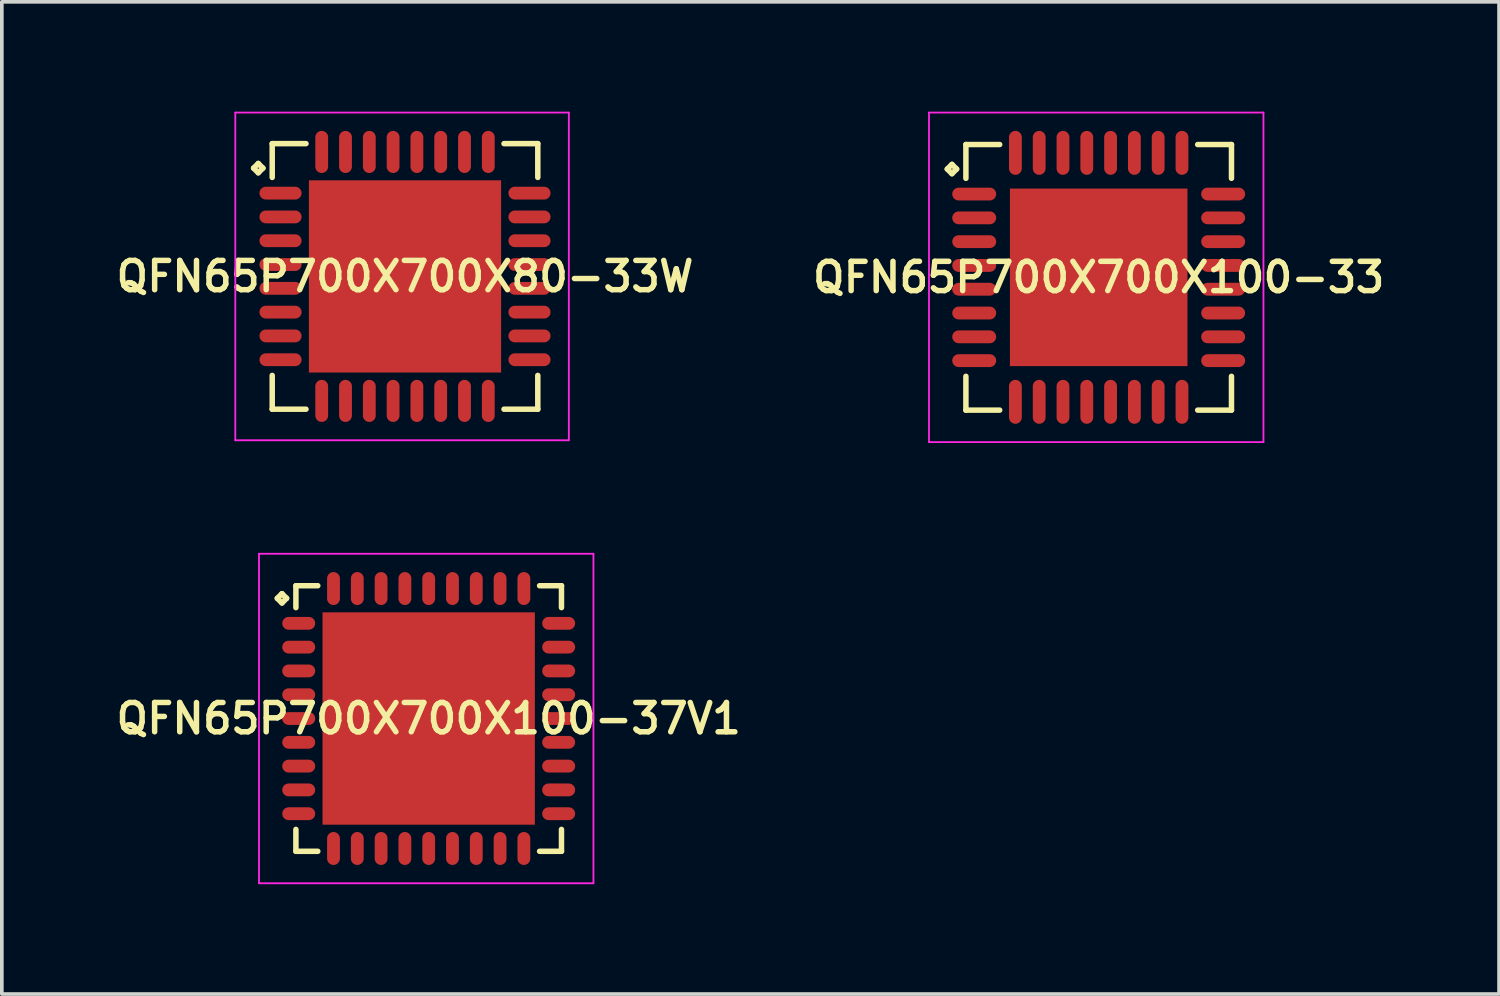
<source format=kicad_pcb>
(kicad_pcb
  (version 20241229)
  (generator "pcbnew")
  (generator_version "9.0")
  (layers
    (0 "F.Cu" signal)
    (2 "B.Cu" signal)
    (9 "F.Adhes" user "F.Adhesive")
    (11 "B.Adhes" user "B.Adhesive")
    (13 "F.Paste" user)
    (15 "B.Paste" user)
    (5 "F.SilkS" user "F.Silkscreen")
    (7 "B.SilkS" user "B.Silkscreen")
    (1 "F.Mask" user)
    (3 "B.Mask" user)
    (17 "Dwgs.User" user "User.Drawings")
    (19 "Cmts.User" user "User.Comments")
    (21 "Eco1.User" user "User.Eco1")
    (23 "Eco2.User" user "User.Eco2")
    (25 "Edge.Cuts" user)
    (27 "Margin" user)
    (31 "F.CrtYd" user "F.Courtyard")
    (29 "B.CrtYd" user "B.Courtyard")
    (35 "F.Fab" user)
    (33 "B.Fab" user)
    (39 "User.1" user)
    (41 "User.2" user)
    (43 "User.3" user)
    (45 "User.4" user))
  (footprint "QFN65P700X700X100-33"
    (layer "F.Cu")
    (at 26.959 4.525)
    (property "Reference" "QFN65P700X700X100-33" (at 0 0 0) (layer "F.SilkS") (effects (font (size 0.8 0.8) (thickness 0.15))))
    (attr smd)
    (fp_line (start -4.135 -2.958) (end -4.008 -3.085) (stroke (width 0.15) (type solid)) (layer "F.SilkS"))
    (fp_line (start -4.008 -3.085) (end -3.881 -2.958) (stroke (width 0.15) (type solid)) (layer "F.SilkS"))
    (fp_line (start -4.008 -2.831) (end -4.135 -2.958) (stroke (width 0.15) (type solid)) (layer "F.SilkS"))
    (fp_line (start -3.881 -2.958) (end -4.008 -2.831) (stroke (width 0.15) (type solid)) (layer "F.SilkS"))
    (fp_line (start -3.627 -3.627) (end -2.704 -3.627) (stroke (width 0.15) (type solid)) (layer "F.SilkS"))
    (fp_line (start -3.627 -2.704) (end -3.627 -3.627) (stroke (width 0.15) (type solid)) (layer "F.SilkS"))
    (fp_line (start -3.627 2.704) (end -3.627 3.627) (stroke (width 0.15) (type solid)) (layer "F.SilkS"))
    (fp_line (start -3.627 3.627) (end -2.704 3.627) (stroke (width 0.15) (type solid)) (layer "F.SilkS"))
    (fp_line (start 2.704 -3.627) (end 3.627 -3.627) (stroke (width 0.15) (type solid)) (layer "F.SilkS"))
    (fp_line (start 2.704 3.627) (end 3.627 3.627) (stroke (width 0.15) (type solid)) (layer "F.SilkS"))
    (fp_line (start 3.627 -3.627) (end 3.627 -2.704) (stroke (width 0.15) (type solid)) (layer "F.SilkS"))
    (fp_line (start 3.627 3.627) (end 3.627 2.704) (stroke (width 0.15) (type solid)) (layer "F.SilkS"))
    (fp_line (start -4.635 -4.5) (end 4.5 -4.5) (stroke (width 0.05) (type solid)) (layer "F.CrtYd"))
    (fp_line (start -4.635 4.5) (end -4.635 -4.5) (stroke (width 0.05) (type solid)) (layer "F.CrtYd"))
    (fp_line (start 4.5 -4.5) (end 4.5 4.5) (stroke (width 0.05) (type solid)) (layer "F.CrtYd"))
    (fp_line (start 4.5 4.5) (end -4.635 4.5) (stroke (width 0.05) (type solid)) (layer "F.CrtYd"))
    (pad "1" smd oval (at -3.4 -2.275) (size 1.2 0.35) (layers "F.Cu" "F.Mask" "F.Paste"))
    (pad "2" smd oval (at -3.4 -1.625) (size 1.2 0.35) (layers "F.Cu" "F.Mask" "F.Paste"))
    (pad "3" smd oval (at -3.4 -0.975) (size 1.2 0.35) (layers "F.Cu" "F.Mask" "F.Paste"))
    (pad "4" smd oval (at -3.4 -0.325) (size 1.2 0.35) (layers "F.Cu" "F.Mask" "F.Paste"))
    (pad "5" smd oval (at -3.4 0.325) (size 1.2 0.35) (layers "F.Cu" "F.Mask" "F.Paste"))
    (pad "6" smd oval (at -3.4 0.975) (size 1.2 0.35) (layers "F.Cu" "F.Mask" "F.Paste"))
    (pad "7" smd oval (at -3.4 1.625) (size 1.2 0.35) (layers "F.Cu" "F.Mask" "F.Paste"))
    (pad "8" smd oval (at -3.4 2.275) (size 1.2 0.35) (layers "F.Cu" "F.Mask" "F.Paste"))
    (pad "9" smd oval (at -2.275 3.4) (size 0.35 1.2) (layers "F.Cu" "F.Mask" "F.Paste"))
    (pad "10" smd oval (at -1.625 3.4) (size 0.35 1.2) (layers "F.Cu" "F.Mask" "F.Paste"))
    (pad "11" smd oval (at -0.975 3.4) (size 0.35 1.2) (layers "F.Cu" "F.Mask" "F.Paste"))
    (pad "12" smd oval (at -0.325 3.4) (size 0.35 1.2) (layers "F.Cu" "F.Mask" "F.Paste"))
    (pad "13" smd oval (at 0.325 3.4) (size 0.35 1.2) (layers "F.Cu" "F.Mask" "F.Paste"))
    (pad "14" smd oval (at 0.975 3.4) (size 0.35 1.2) (layers "F.Cu" "F.Mask" "F.Paste"))
    (pad "15" smd oval (at 1.625 3.4) (size 0.35 1.2) (layers "F.Cu" "F.Mask" "F.Paste"))
    (pad "16" smd oval (at 2.275 3.4) (size 0.35 1.2) (layers "F.Cu" "F.Mask" "F.Paste"))
    (pad "17" smd oval (at 3.4 2.275) (size 1.2 0.35) (layers "F.Cu" "F.Mask" "F.Paste"))
    (pad "18" smd oval (at 3.4 1.625) (size 1.2 0.35) (layers "F.Cu" "F.Mask" "F.Paste"))
    (pad "19" smd oval (at 3.4 0.975) (size 1.2 0.35) (layers "F.Cu" "F.Mask" "F.Paste"))
    (pad "20" smd oval (at 3.4 0.325) (size 1.2 0.35) (layers "F.Cu" "F.Mask" "F.Paste"))
    (pad "21" smd oval (at 3.4 -0.325) (size 1.2 0.35) (layers "F.Cu" "F.Mask" "F.Paste"))
    (pad "22" smd oval (at 3.4 -0.975) (size 1.2 0.35) (layers "F.Cu" "F.Mask" "F.Paste"))
    (pad "23" smd oval (at 3.4 -1.625) (size 1.2 0.35) (layers "F.Cu" "F.Mask" "F.Paste"))
    (pad "24" smd oval (at 3.4 -2.275) (size 1.2 0.35) (layers "F.Cu" "F.Mask" "F.Paste"))
    (pad "25" smd oval (at 2.275 -3.4) (size 0.35 1.2) (layers "F.Cu" "F.Mask" "F.Paste"))
    (pad "26" smd oval (at 1.625 -3.4) (size 0.35 1.2) (layers "F.Cu" "F.Mask" "F.Paste"))
    (pad "27" smd oval (at 0.975 -3.4) (size 0.35 1.2) (layers "F.Cu" "F.Mask" "F.Paste"))
    (pad "28" smd oval (at 0.325 -3.4) (size 0.35 1.2) (layers "F.Cu" "F.Mask" "F.Paste"))
    (pad "29" smd oval (at -0.325 -3.4) (size 0.35 1.2) (layers "F.Cu" "F.Mask" "F.Paste"))
    (pad "30" smd oval (at -0.975 -3.4) (size 0.35 1.2) (layers "F.Cu" "F.Mask" "F.Paste"))
    (pad "31" smd oval (at -1.625 -3.4) (size 0.35 1.2) (layers "F.Cu" "F.Mask" "F.Paste"))
    (pad "32" smd oval (at -2.275 -3.4) (size 0.35 1.2) (layers "F.Cu" "F.Mask" "F.Paste"))
    (pad "33" smd rect (at 0 0) (size 4.85 4.85) (layers "F.Cu" "F.Mask" "F.Paste")))
  (footprint "QFN65P700X700X100-37V1"
    (layer "F.Cu")
    (at 8.659 16.575)
    (property "Reference" "QFN65P700X700X100-37V1" (at 0 0 0) (layer "F.SilkS") (effects (font (size 0.8 0.8) (thickness 0.15))))
    (attr smd)
    (fp_line (start -4.135 -3.283) (end -4.008 -3.41) (stroke (width 0.15) (type solid)) (layer "F.SilkS"))
    (fp_line (start -4.008 -3.41) (end -3.881 -3.283) (stroke (width 0.15) (type solid)) (layer "F.SilkS"))
    (fp_line (start -4.008 -3.156) (end -4.135 -3.283) (stroke (width 0.15) (type solid)) (layer "F.SilkS"))
    (fp_line (start -3.881 -3.283) (end -4.008 -3.156) (stroke (width 0.15) (type solid)) (layer "F.SilkS"))
    (fp_line (start -3.627 -3.627) (end -3.029 -3.627) (stroke (width 0.15) (type solid)) (layer "F.SilkS"))
    (fp_line (start -3.627 -3.029) (end -3.627 -3.627) (stroke (width 0.15) (type solid)) (layer "F.SilkS"))
    (fp_line (start -3.627 3.029) (end -3.627 3.627) (stroke (width 0.15) (type solid)) (layer "F.SilkS"))
    (fp_line (start -3.627 3.627) (end -3.029 3.627) (stroke (width 0.15) (type solid)) (layer "F.SilkS"))
    (fp_line (start 3.029 -3.627) (end 3.627 -3.627) (stroke (width 0.15) (type solid)) (layer "F.SilkS"))
    (fp_line (start 3.029 3.627) (end 3.627 3.627) (stroke (width 0.15) (type solid)) (layer "F.SilkS"))
    (fp_line (start 3.627 -3.627) (end 3.627 -3.029) (stroke (width 0.15) (type solid)) (layer "F.SilkS"))
    (fp_line (start 3.627 3.627) (end 3.627 3.029) (stroke (width 0.15) (type solid)) (layer "F.SilkS"))
    (fp_line (start -4.635 -4.5) (end 4.5 -4.5) (stroke (width 0.05) (type solid)) (layer "F.CrtYd"))
    (fp_line (start -4.635 4.5) (end -4.635 -4.5) (stroke (width 0.05) (type solid)) (layer "F.CrtYd"))
    (fp_line (start 4.5 -4.5) (end 4.5 4.5) (stroke (width 0.05) (type solid)) (layer "F.CrtYd"))
    (fp_line (start 4.5 4.5) (end -4.635 4.5) (stroke (width 0.05) (type solid)) (layer "F.CrtYd"))
    (pad "1" smd oval (at -3.55 -2.6) (size 0.9 0.35) (layers "F.Cu" "F.Mask" "F.Paste"))
    (pad "2" smd oval (at -3.55 -1.95) (size 0.9 0.35) (layers "F.Cu" "F.Mask" "F.Paste"))
    (pad "3" smd oval (at -3.55 -1.3) (size 0.9 0.35) (layers "F.Cu" "F.Mask" "F.Paste"))
    (pad "4" smd oval (at -3.55 -0.65) (size 0.9 0.35) (layers "F.Cu" "F.Mask" "F.Paste"))
    (pad "5" smd oval (at -3.55 0) (size 0.9 0.35) (layers "F.Cu" "F.Mask" "F.Paste"))
    (pad "6" smd oval (at -3.55 0.65) (size 0.9 0.35) (layers "F.Cu" "F.Mask" "F.Paste"))
    (pad "7" smd oval (at -3.55 1.3) (size 0.9 0.35) (layers "F.Cu" "F.Mask" "F.Paste"))
    (pad "8" smd oval (at -3.55 1.95) (size 0.9 0.35) (layers "F.Cu" "F.Mask" "F.Paste"))
    (pad "9" smd oval (at -3.55 2.6) (size 0.9 0.35) (layers "F.Cu" "F.Mask" "F.Paste"))
    (pad "10" smd oval (at -2.6 3.55) (size 0.35 0.9) (layers "F.Cu" "F.Mask" "F.Paste"))
    (pad "11" smd oval (at -1.95 3.55) (size 0.35 0.9) (layers "F.Cu" "F.Mask" "F.Paste"))
    (pad "12" smd oval (at -1.3 3.55) (size 0.35 0.9) (layers "F.Cu" "F.Mask" "F.Paste"))
    (pad "13" smd oval (at -0.65 3.55) (size 0.35 0.9) (layers "F.Cu" "F.Mask" "F.Paste"))
    (pad "14" smd oval (at 0 3.55) (size 0.35 0.9) (layers "F.Cu" "F.Mask" "F.Paste"))
    (pad "15" smd oval (at 0.65 3.55) (size 0.35 0.9) (layers "F.Cu" "F.Mask" "F.Paste"))
    (pad "16" smd oval (at 1.3 3.55) (size 0.35 0.9) (layers "F.Cu" "F.Mask" "F.Paste"))
    (pad "17" smd oval (at 1.95 3.55) (size 0.35 0.9) (layers "F.Cu" "F.Mask" "F.Paste"))
    (pad "18" smd oval (at 2.6 3.55) (size 0.35 0.9) (layers "F.Cu" "F.Mask" "F.Paste"))
    (pad "19" smd oval (at 3.55 2.6) (size 0.9 0.35) (layers "F.Cu" "F.Mask" "F.Paste"))
    (pad "20" smd oval (at 3.55 1.95) (size 0.9 0.35) (layers "F.Cu" "F.Mask" "F.Paste"))
    (pad "21" smd oval (at 3.55 1.3) (size 0.9 0.35) (layers "F.Cu" "F.Mask" "F.Paste"))
    (pad "22" smd oval (at 3.55 0.65) (size 0.9 0.35) (layers "F.Cu" "F.Mask" "F.Paste"))
    (pad "23" smd oval (at 3.55 0) (size 0.9 0.35) (layers "F.Cu" "F.Mask" "F.Paste"))
    (pad "24" smd oval (at 3.55 -0.65) (size 0.9 0.35) (layers "F.Cu" "F.Mask" "F.Paste"))
    (pad "25" smd oval (at 3.55 -1.3) (size 0.9 0.35) (layers "F.Cu" "F.Mask" "F.Paste"))
    (pad "26" smd oval (at 3.55 -1.95) (size 0.9 0.35) (layers "F.Cu" "F.Mask" "F.Paste"))
    (pad "27" smd oval (at 3.55 -2.6) (size 0.9 0.35) (layers "F.Cu" "F.Mask" "F.Paste"))
    (pad "28" smd oval (at 2.6 -3.55) (size 0.35 0.9) (layers "F.Cu" "F.Mask" "F.Paste"))
    (pad "29" smd oval (at 1.95 -3.55) (size 0.35 0.9) (layers "F.Cu" "F.Mask" "F.Paste"))
    (pad "30" smd oval (at 1.3 -3.55) (size 0.35 0.9) (layers "F.Cu" "F.Mask" "F.Paste"))
    (pad "31" smd oval (at 0.65 -3.55) (size 0.35 0.9) (layers "F.Cu" "F.Mask" "F.Paste"))
    (pad "32" smd oval (at 0 -3.55) (size 0.35 0.9) (layers "F.Cu" "F.Mask" "F.Paste"))
    (pad "33" smd oval (at -0.65 -3.55) (size 0.35 0.9) (layers "F.Cu" "F.Mask" "F.Paste"))
    (pad "34" smd oval (at -1.3 -3.55) (size 0.35 0.9) (layers "F.Cu" "F.Mask" "F.Paste"))
    (pad "35" smd oval (at -1.95 -3.55) (size 0.35 0.9) (layers "F.Cu" "F.Mask" "F.Paste"))
    (pad "36" smd oval (at -2.6 -3.55) (size 0.35 0.9) (layers "F.Cu" "F.Mask" "F.Paste"))
    (pad "37" smd rect (at 0 0) (size 5.8 5.8) (layers "F.Cu" "F.Mask" "F.Paste")))
  (footprint "QFN65P700X700X80-33W"
    (layer "F.Cu")
    (at 8.012 4.5)
    (property "Reference" "QFN65P700X700X80-33W" (at 0 0 0) (layer "F.SilkS") (effects (font (size 0.8 0.8) (thickness 0.15))))
    (attr smd)
    (fp_line (start -4.135 -2.958) (end -4.008 -3.085) (stroke (width 0.15) (type solid)) (layer "F.SilkS"))
    (fp_line (start -4.008 -3.085) (end -3.881 -2.958) (stroke (width 0.15) (type solid)) (layer "F.SilkS"))
    (fp_line (start -4.008 -2.831) (end -4.135 -2.958) (stroke (width 0.15) (type solid)) (layer "F.SilkS"))
    (fp_line (start -3.881 -2.958) (end -4.008 -2.831) (stroke (width 0.15) (type solid)) (layer "F.SilkS"))
    (fp_line (start -3.627 -3.627) (end -2.704 -3.627) (stroke (width 0.15) (type solid)) (layer "F.SilkS"))
    (fp_line (start -3.627 -2.704) (end -3.627 -3.627) (stroke (width 0.15) (type solid)) (layer "F.SilkS"))
    (fp_line (start -3.627 2.704) (end -3.627 3.627) (stroke (width 0.15) (type solid)) (layer "F.SilkS"))
    (fp_line (start -3.627 3.627) (end -2.704 3.627) (stroke (width 0.15) (type solid)) (layer "F.SilkS"))
    (fp_line (start 2.704 -3.627) (end 3.627 -3.627) (stroke (width 0.15) (type solid)) (layer "F.SilkS"))
    (fp_line (start 2.704 3.627) (end 3.627 3.627) (stroke (width 0.15) (type solid)) (layer "F.SilkS"))
    (fp_line (start 3.627 -3.627) (end 3.627 -2.704) (stroke (width 0.15) (type solid)) (layer "F.SilkS"))
    (fp_line (start 3.627 3.627) (end 3.627 2.704) (stroke (width 0.15) (type solid)) (layer "F.SilkS"))
    (fp_line (start -4.635 -4.475) (end 4.475 -4.475) (stroke (width 0.05) (type solid)) (layer "F.CrtYd"))
    (fp_line (start -4.635 4.475) (end -4.635 -4.475) (stroke (width 0.05) (type solid)) (layer "F.CrtYd"))
    (fp_line (start 4.475 -4.475) (end 4.475 4.475) (stroke (width 0.05) (type solid)) (layer "F.CrtYd"))
    (fp_line (start 4.475 4.475) (end -4.635 4.475) (stroke (width 0.05) (type solid)) (layer "F.CrtYd"))
    (pad "1" smd oval (at -3.4 -2.275) (size 1.15 0.35) (layers "F.Cu" "F.Mask" "F.Paste"))
    (pad "2" smd oval (at -3.4 -1.625) (size 1.15 0.35) (layers "F.Cu" "F.Mask" "F.Paste"))
    (pad "3" smd oval (at -3.4 -0.975) (size 1.15 0.35) (layers "F.Cu" "F.Mask" "F.Paste"))
    (pad "4" smd oval (at -3.4 -0.325) (size 1.15 0.35) (layers "F.Cu" "F.Mask" "F.Paste"))
    (pad "5" smd oval (at -3.4 0.325) (size 1.15 0.35) (layers "F.Cu" "F.Mask" "F.Paste"))
    (pad "6" smd oval (at -3.4 0.975) (size 1.15 0.35) (layers "F.Cu" "F.Mask" "F.Paste"))
    (pad "7" smd oval (at -3.4 1.625) (size 1.15 0.35) (layers "F.Cu" "F.Mask" "F.Paste"))
    (pad "8" smd oval (at -3.4 2.275) (size 1.15 0.35) (layers "F.Cu" "F.Mask" "F.Paste"))
    (pad "9" smd oval (at -2.275 3.4) (size 0.35 1.15) (layers "F.Cu" "F.Mask" "F.Paste"))
    (pad "10" smd oval (at -1.625 3.4) (size 0.35 1.15) (layers "F.Cu" "F.Mask" "F.Paste"))
    (pad "11" smd oval (at -0.975 3.4) (size 0.35 1.15) (layers "F.Cu" "F.Mask" "F.Paste"))
    (pad "12" smd oval (at -0.325 3.4) (size 0.35 1.15) (layers "F.Cu" "F.Mask" "F.Paste"))
    (pad "13" smd oval (at 0.325 3.4) (size 0.35 1.15) (layers "F.Cu" "F.Mask" "F.Paste"))
    (pad "14" smd oval (at 0.975 3.4) (size 0.35 1.15) (layers "F.Cu" "F.Mask" "F.Paste"))
    (pad "15" smd oval (at 1.625 3.4) (size 0.35 1.15) (layers "F.Cu" "F.Mask" "F.Paste"))
    (pad "16" smd oval (at 2.275 3.4) (size 0.35 1.15) (layers "F.Cu" "F.Mask" "F.Paste"))
    (pad "17" smd oval (at 3.4 2.275) (size 1.15 0.35) (layers "F.Cu" "F.Mask" "F.Paste"))
    (pad "18" smd oval (at 3.4 1.625) (size 1.15 0.35) (layers "F.Cu" "F.Mask" "F.Paste"))
    (pad "19" smd oval (at 3.4 0.975) (size 1.15 0.35) (layers "F.Cu" "F.Mask" "F.Paste"))
    (pad "20" smd oval (at 3.4 0.325) (size 1.15 0.35) (layers "F.Cu" "F.Mask" "F.Paste"))
    (pad "21" smd oval (at 3.4 -0.325) (size 1.15 0.35) (layers "F.Cu" "F.Mask" "F.Paste"))
    (pad "22" smd oval (at 3.4 -0.975) (size 1.15 0.35) (layers "F.Cu" "F.Mask" "F.Paste"))
    (pad "23" smd oval (at 3.4 -1.625) (size 1.15 0.35) (layers "F.Cu" "F.Mask" "F.Paste"))
    (pad "24" smd oval (at 3.4 -2.275) (size 1.15 0.35) (layers "F.Cu" "F.Mask" "F.Paste"))
    (pad "25" smd oval (at 2.275 -3.4) (size 0.35 1.15) (layers "F.Cu" "F.Mask" "F.Paste"))
    (pad "26" smd oval (at 1.625 -3.4) (size 0.35 1.15) (layers "F.Cu" "F.Mask" "F.Paste"))
    (pad "27" smd oval (at 0.975 -3.4) (size 0.35 1.15) (layers "F.Cu" "F.Mask" "F.Paste"))
    (pad "28" smd oval (at 0.325 -3.4) (size 0.35 1.15) (layers "F.Cu" "F.Mask" "F.Paste"))
    (pad "29" smd oval (at -0.325 -3.4) (size 0.35 1.15) (layers "F.Cu" "F.Mask" "F.Paste"))
    (pad "30" smd oval (at -0.975 -3.4) (size 0.35 1.15) (layers "F.Cu" "F.Mask" "F.Paste"))
    (pad "31" smd oval (at -1.625 -3.4) (size 0.35 1.15) (layers "F.Cu" "F.Mask" "F.Paste"))
    (pad "32" smd oval (at -2.275 -3.4) (size 0.35 1.15) (layers "F.Cu" "F.Mask" "F.Paste"))
    (pad "33" smd rect (at 0 0) (size 5.25 5.25) (layers "F.Cu" "F.Mask" "F.Paste")))
  (gr_rect
    (start -3 -3)
    (end 37.894 24.1)
    (stroke (width 0.1) (type default))
    (fill no)
    (layer "Edge.Cuts")))
</source>
